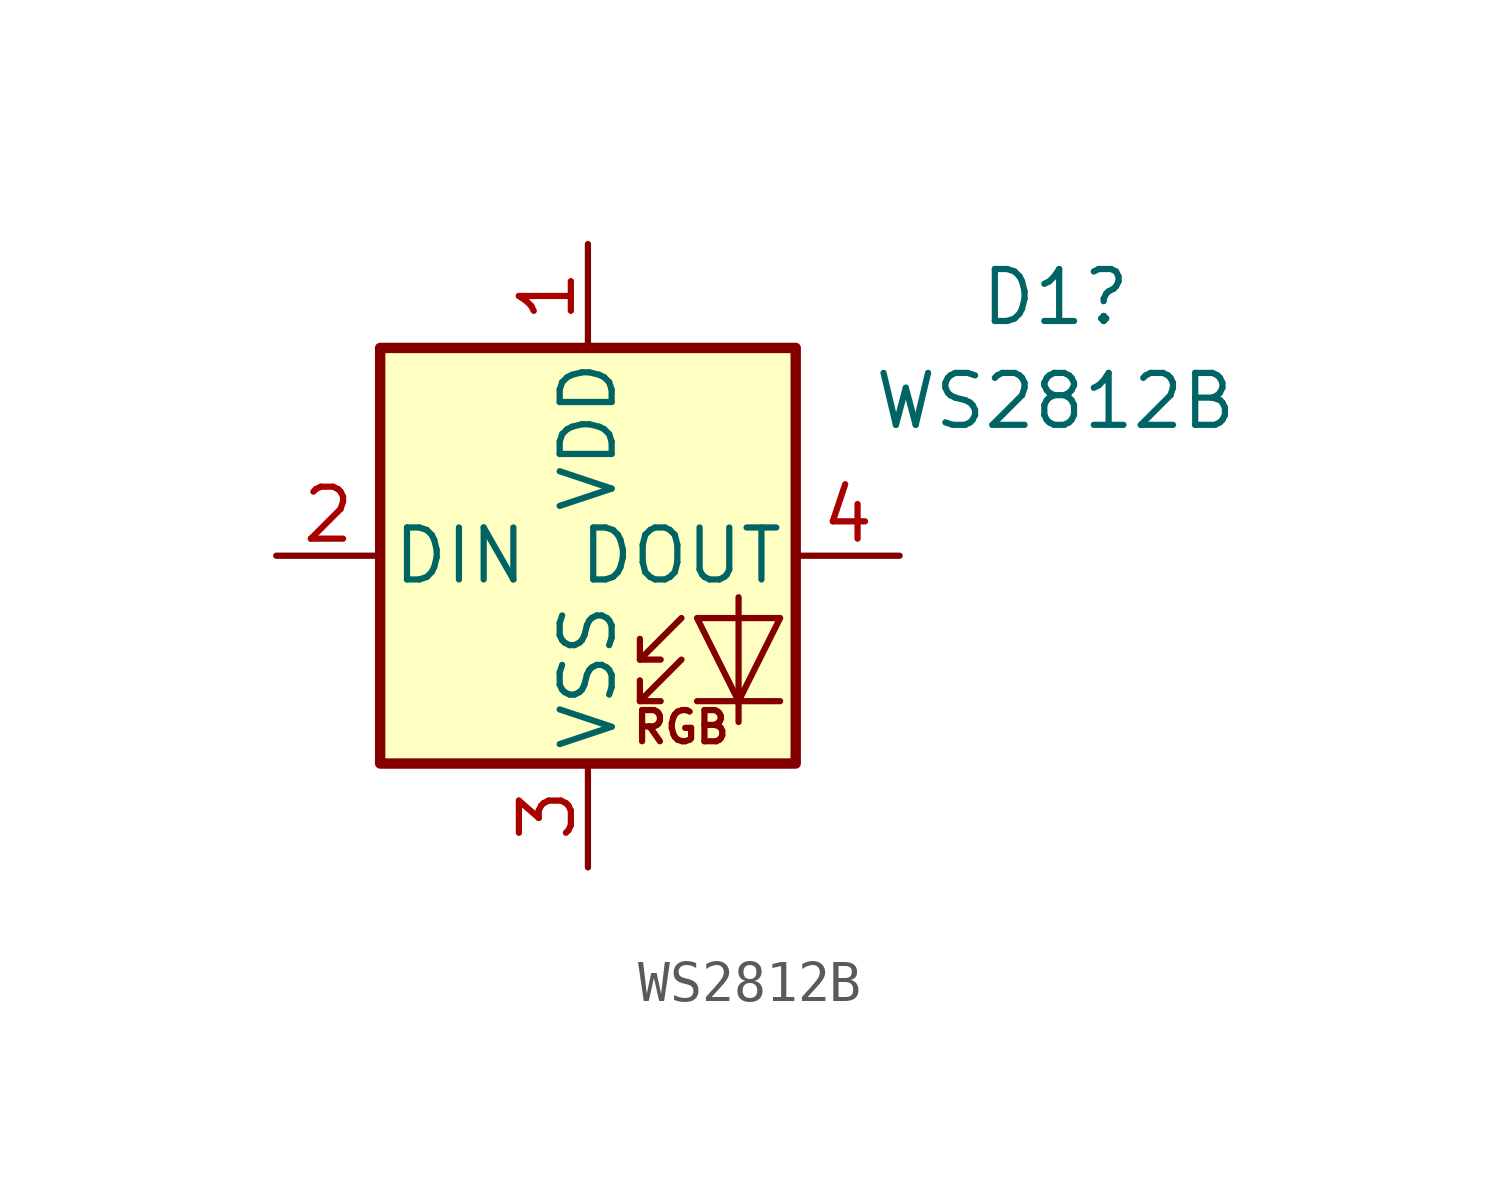
<source format=kicad_sym>
(kicad_symbol_lib
  (version 20231120)
  (generator "kicad_symbol_editor")
  (generator_version "8.0")
  (symbol "WS2812B"
    (pin_names
      (offset 0.254))
    (property "Reference" "D1"
      (at 11.43 6.319 0)
      (effects (font (size 1.27 1.27))))
    (property "Value" "WS2812B"
      (at 11.43 3.779 0)
      (effects (font (size 1.27 1.27))))
    (symbol "WS2812B_0_0"
      (text "RGB" (at 2.286 -4.191 0) (effects (font (size 0.762 0.762)))))
    (symbol "WS2812B_0_1"
      (polyline (pts (xy 1.27 -3.556) (xy 1.778 -3.556)) (stroke (width 0) (type default)) (fill (type none)))
      (polyline (pts (xy 1.27 -2.54) (xy 1.778 -2.54)) (stroke (width 0) (type default)) (fill (type none)))
      (polyline (pts (xy 4.699 -3.556) (xy 2.667 -3.556)) (stroke (width 0) (type default)) (fill (type none)))
      (polyline (pts (xy 2.286 -2.54) (xy 1.27 -3.556) (xy 1.27 -3.048)) (stroke (width 0) (type default)) (fill (type none)))
      (polyline (pts (xy 2.286 -1.524) (xy 1.27 -2.54) (xy 1.27 -2.032)) (stroke (width 0) (type default)) (fill (type none)))
      (polyline (pts (xy 3.683 -1.016) (xy 3.683 -3.556) (xy 3.683 -4.064)) (stroke (width 0) (type default)) (fill (type none)))
      (polyline (pts (xy 4.699 -1.524) (xy 2.667 -1.524) (xy 3.683 -3.556) (xy 4.699 -1.524)) (stroke (width 0) (type default)) (fill (type none)))
      (rectangle (start 5.08 5.08) (end -5.08 -5.08) (stroke (width 0.254) (type default)) (fill (type background))))
    (symbol "WS2812B_1_1"
      (pin power_in line (at 0 7.62 270) (length 2.54) (name "VDD" (effects (font (size 1.27 1.27)))) (number "1" (effects (font (size 1.27 1.27)))))
      (pin input line (at -7.62 0 0) (length 2.54) (name "DIN" (effects (font (size 1.27 1.27)))) (number "2" (effects (font (size 1.27 1.27)))))
      (pin power_in line (at 0 -7.62 90) (length 2.54) (name "VSS" (effects (font (size 1.27 1.27)))) (number "3" (effects (font (size 1.27 1.27)))))
      (pin output line (at 7.62 0 180) (length 2.54) (name "DOUT" (effects (font (size 1.27 1.27)))) (number "4" (effects (font (size 1.27 1.27))))))))
</source>
